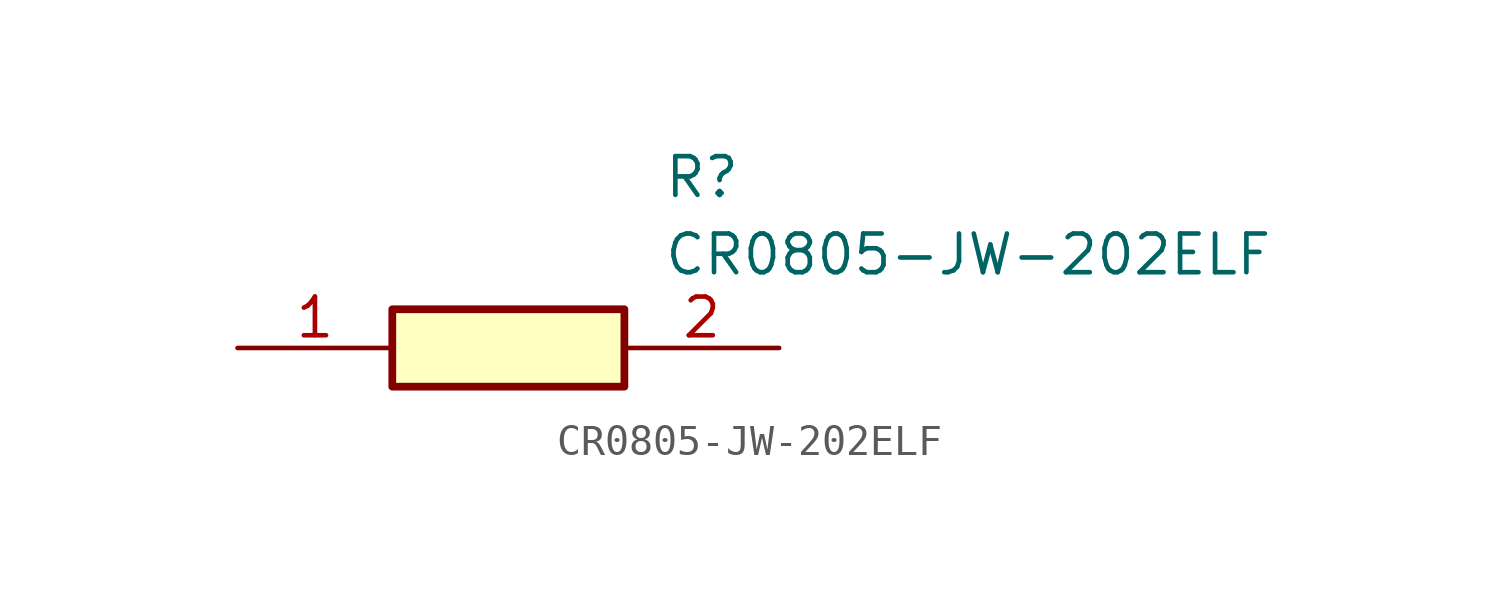
<source format=kicad_sym>
(kicad_symbol_lib
  (version 20211014)
  (generator SamacSys_ECAD_Model)
  (symbol "CR0805-JW-202ELF"
    (pin_names hide)
    (property "Reference" "R"
      (at 13.97 6.35 0)
      (effects (font (size 1.27 1.27)) (justify left top)))
    (property "Value" "CR0805-JW-202ELF"
      (at 13.97 3.81 0)
      (effects (font (size 1.27 1.27)) (justify left top)))
    (rectangle
      (start 5.08 1.27)
      (end 12.7 -1.27)
      (stroke (width 0.254) (type default))
      (fill (type background)))
    (pin passive line
      (at 0 0 0)
      (length 5.08)
      (name "1" (effects (font (size 1.27 1.27))))
      (number "1" (effects (font (size 1.27 1.27)))))
    (pin passive line
      (at 17.78 0 180)
      (length 5.08)
      (name "2" (effects (font (size 1.27 1.27))))
      (number "2" (effects (font (size 1.27 1.27)))))))
</source>
